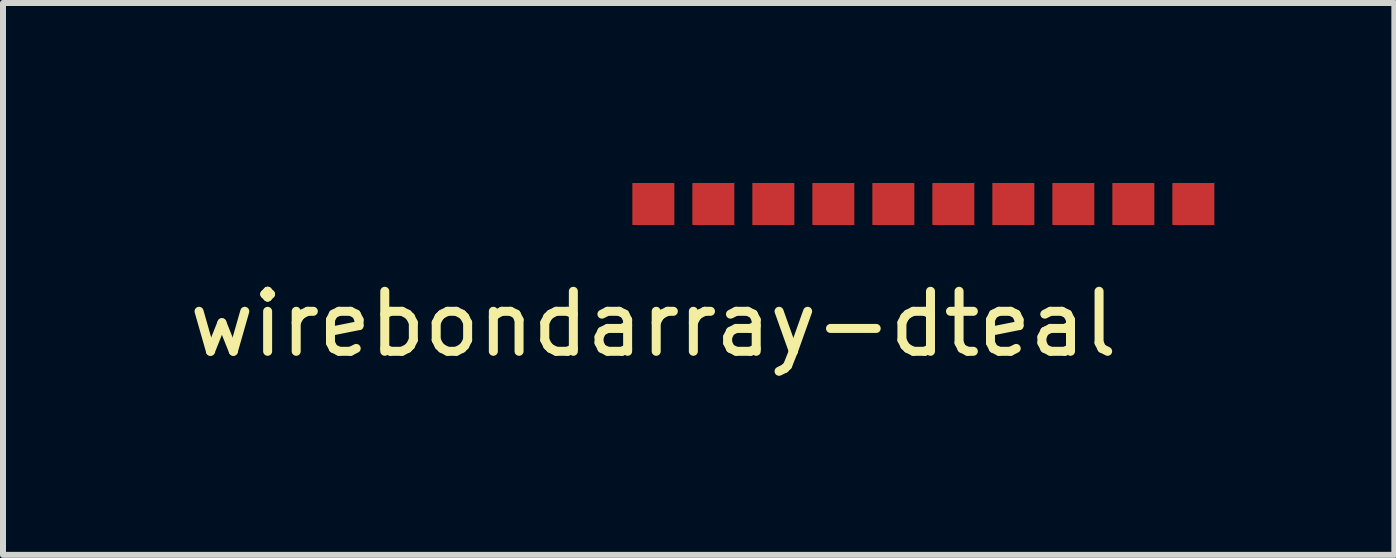
<source format=kicad_pcb>
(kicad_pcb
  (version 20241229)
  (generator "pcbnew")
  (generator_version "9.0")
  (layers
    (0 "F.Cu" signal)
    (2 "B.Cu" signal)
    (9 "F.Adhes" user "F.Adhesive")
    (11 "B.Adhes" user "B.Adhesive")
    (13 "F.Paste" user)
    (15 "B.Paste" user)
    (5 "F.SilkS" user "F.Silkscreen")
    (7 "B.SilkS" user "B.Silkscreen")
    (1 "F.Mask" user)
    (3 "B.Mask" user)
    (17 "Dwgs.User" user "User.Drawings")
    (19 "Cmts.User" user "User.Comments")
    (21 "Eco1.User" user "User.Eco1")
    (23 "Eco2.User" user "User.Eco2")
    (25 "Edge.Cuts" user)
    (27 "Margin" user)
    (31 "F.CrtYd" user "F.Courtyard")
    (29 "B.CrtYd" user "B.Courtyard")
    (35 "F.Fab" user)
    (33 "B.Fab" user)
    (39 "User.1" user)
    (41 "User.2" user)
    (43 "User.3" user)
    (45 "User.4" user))
  (footprint "wirebondarray-dteal"
    (layer "F.Cu")
    (at 7.839 0.35)
    (property "Reference" "wirebondarray-dteal" (at 0 2 0) (layer "F.SilkS") (effects (font (size 1 1) (thickness 0.15))))
    (attr through_hole)
    (pad "1" smd rect (at 0 0) (size 0.7 0.7) (layers "F.Cu" "F.Mask" "F.Paste"))
    (pad "2" smd rect (at 1 0) (size 0.7 0.7) (layers "F.Cu" "F.Mask" "F.Paste"))
    (pad "3" smd rect (at 2 0) (size 0.7 0.7) (layers "F.Cu" "F.Mask" "F.Paste"))
    (pad "4" smd rect (at 3 0) (size 0.7 0.7) (layers "F.Cu" "F.Mask" "F.Paste"))
    (pad "5" smd rect (at 4 0) (size 0.7 0.7) (layers "F.Cu" "F.Mask" "F.Paste"))
    (pad "6" smd rect (at 5 0) (size 0.7 0.7) (layers "F.Cu" "F.Mask" "F.Paste"))
    (pad "7" smd rect (at 6 0) (size 0.7 0.7) (layers "F.Cu" "F.Mask" "F.Paste"))
    (pad "8" smd rect (at 7 0) (size 0.7 0.7) (layers "F.Cu" "F.Mask" "F.Paste"))
    (pad "9" smd rect (at 8 0) (size 0.7 0.7) (layers "F.Cu" "F.Mask" "F.Paste"))
    (pad "10" smd rect (at 9 0) (size 0.7 0.7) (layers "F.Cu" "F.Mask" "F.Paste")))
  (gr_rect
    (start -3 -3)
    (end 20.189 6.198)
    (stroke (width 0.1) (type default))
    (fill no)
    (layer "Edge.Cuts")))
</source>
